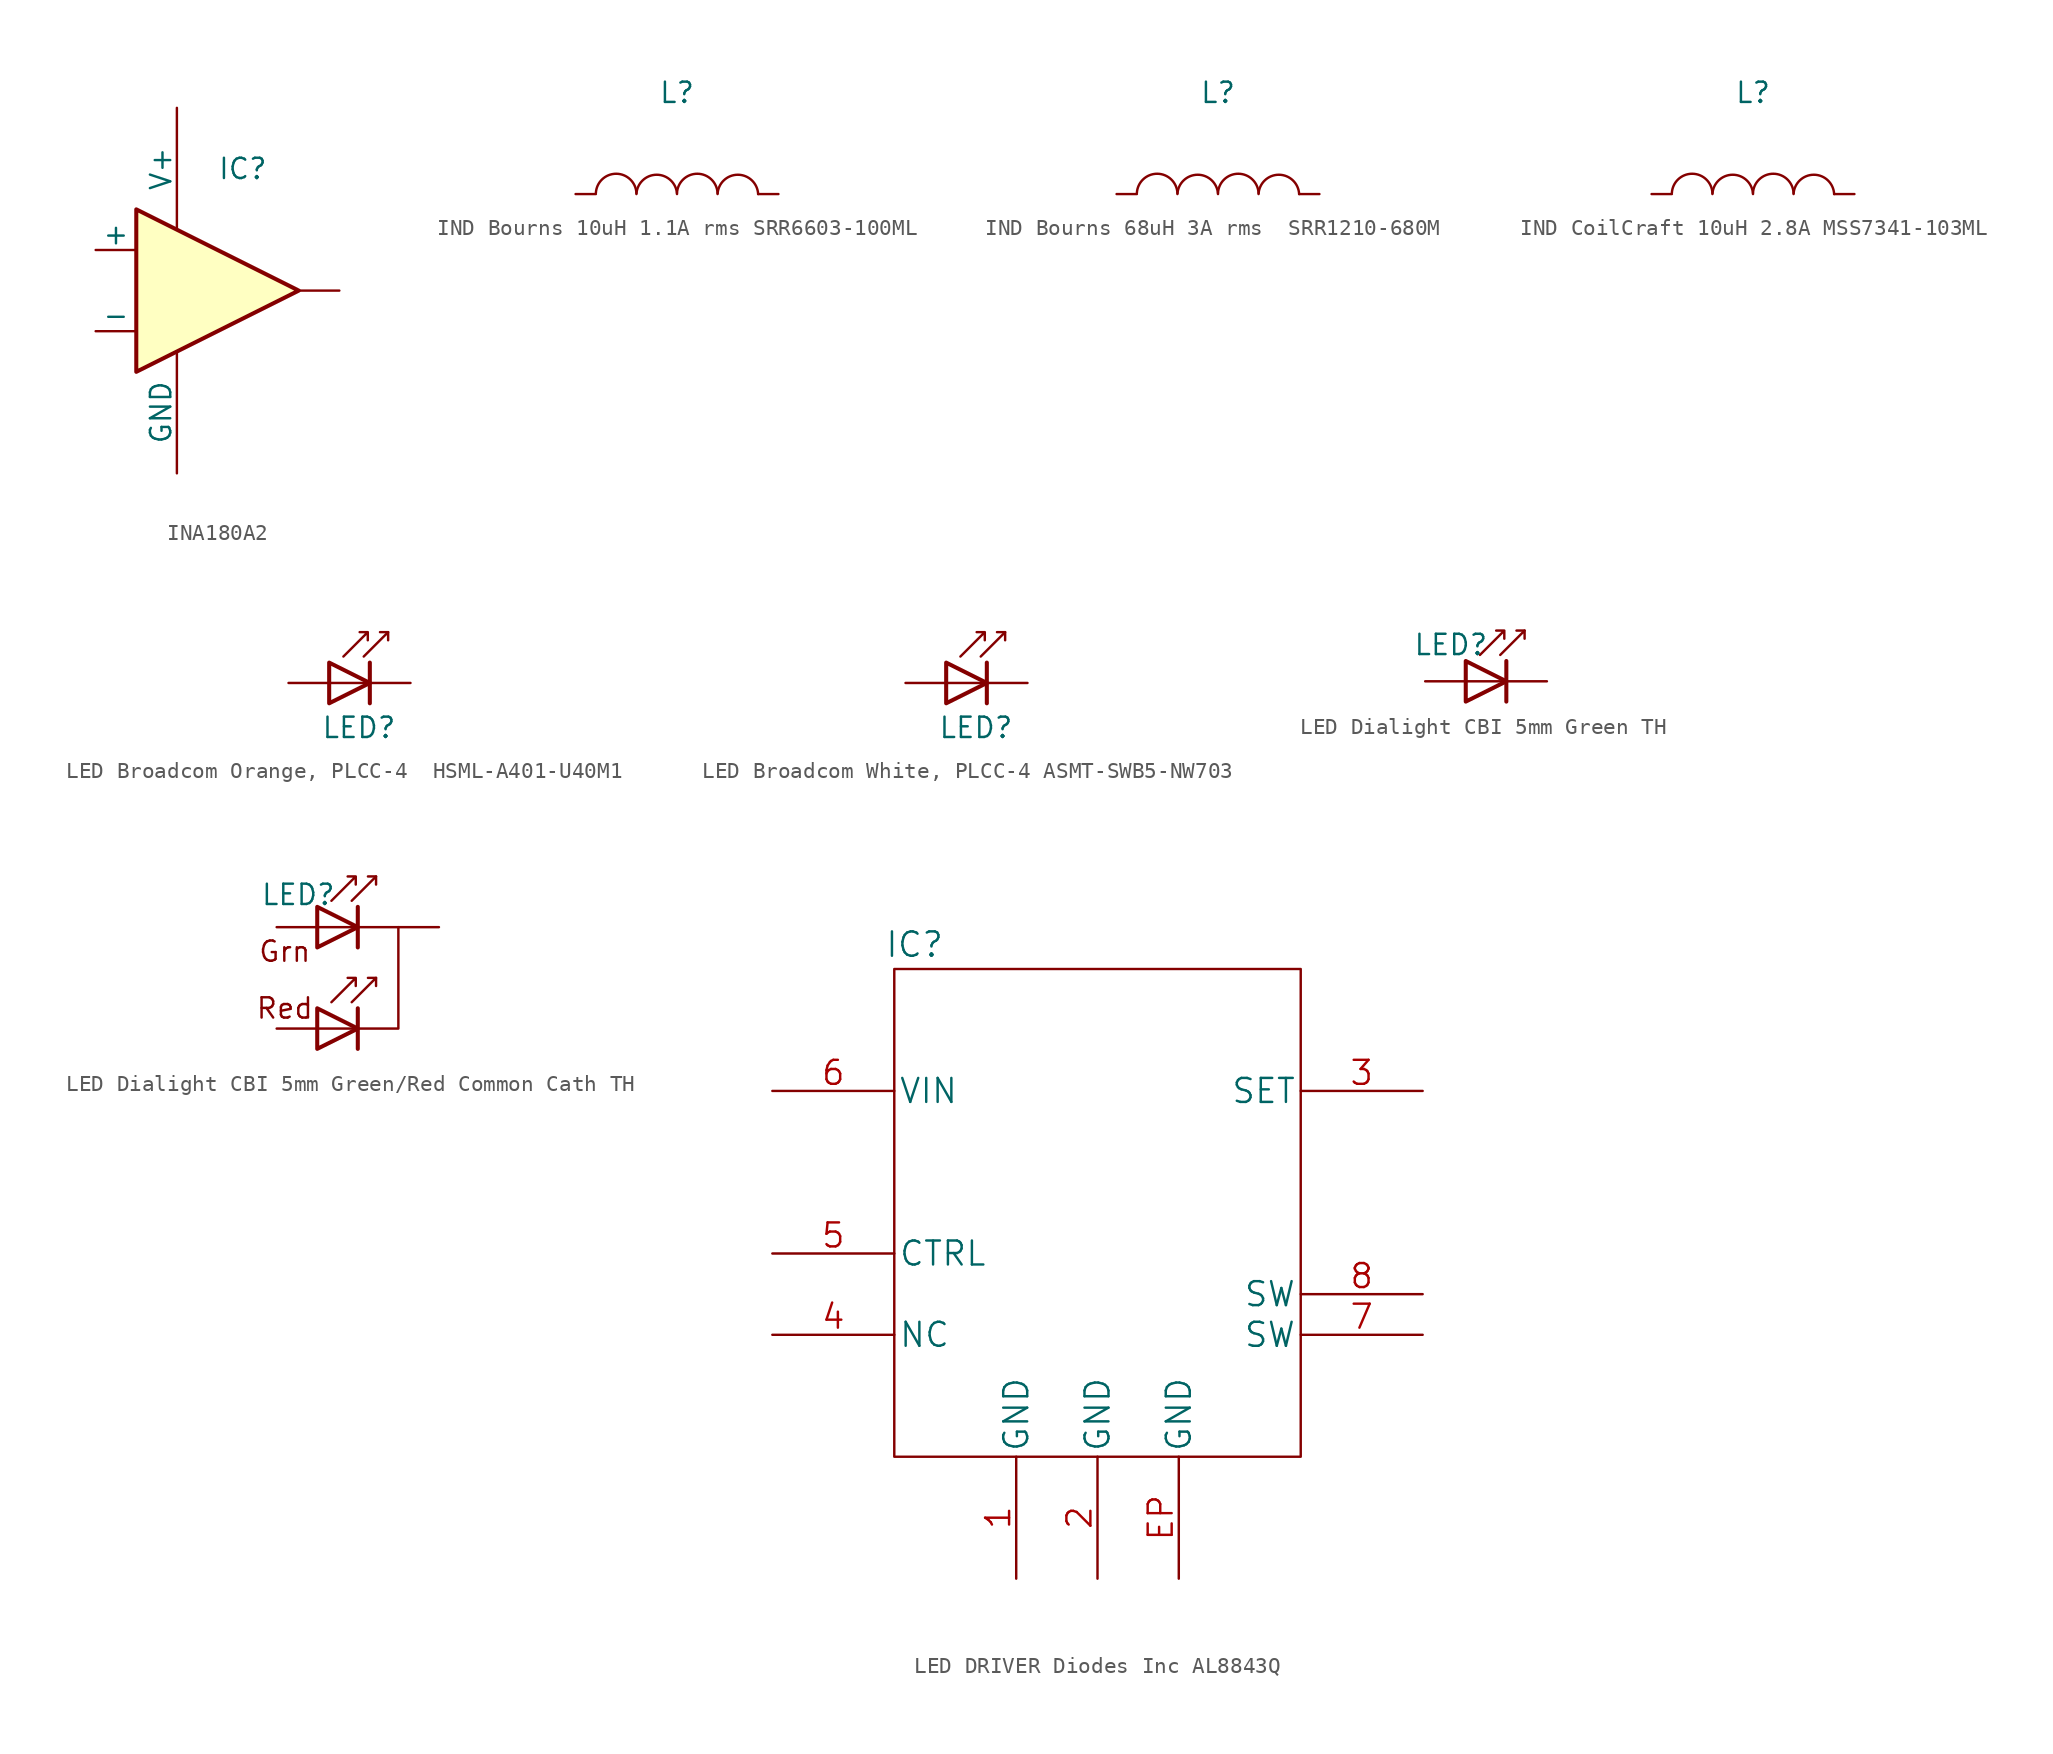
<source format=kicad_sym>
(kicad_symbol_lib
  (version 20241209)
  (generator "kicad_symbol_editor")
  (generator_version "9.0")
  (symbol "INA180A2"
    (pin_numbers
      (hide yes))
    (pin_names
      (offset 0))
    (property "Reference" "IC"
      (at 2.54 7.62 0)
      (effects (font (size 1.27 1.27)) (justify left)))
    (symbol "INA180A2_0_1"
      (polyline (pts (xy 7.62 0) (xy -2.54 5.08) (xy -2.54 -5.08) (xy 7.62 0)) (stroke (width 0.254) (type default)) (fill (type background))))
    (symbol "INA180A2_1_1"
      (pin input line (at -5.08 2.54 0) (length 2.54) (name "+" (effects (font (size 1.27 1.27)))) (number "3" (effects (font (size 1.27 1.27)))))
      (pin input line (at -5.08 -2.54 0) (length 2.54) (name "-" (effects (font (size 1.27 1.27)))) (number "4" (effects (font (size 1.27 1.27)))))
      (pin power_in line (at 0 11.43 270) (length 7.62) (name "V+" (effects (font (size 1.27 1.27)))) (number "5" (effects (font (size 1.27 1.27)))))
      (pin power_in line (at 0 -11.43 90) (length 7.62) (name "GND" (effects (font (size 1.27 1.27)))) (number "2" (effects (font (size 1.27 1.27)))))
      (pin output line (at 10.16 0 180) (length 2.54) (name "~" (effects (font (size 1.27 1.27)))) (number "1" (effects (font (size 1.27 1.27)))))))
  (symbol "IND Bourns 10uH 1.1A rms SRR6603-100ML"
    (pin_numbers
      (hide yes))
    (pin_names
      (offset 1.016)
      (hide yes))
    (property "Reference" "L"
      (at 0 6.35 0)
      (effects (font (size 1.27 1.27))))
    (symbol "IND Bourns 10uH 1.1A rms SRR6603-100ML_0_1"
      (arc (start -5.08 0.0617) (mid -3.81 1.2715) (end -2.54 0.0617) (stroke (width 0) (type default)) (fill (type none)))
      (arc (start -2.54 0) (mid -1.27 1.2098) (end 0 0) (stroke (width 0) (type default)) (fill (type none)))
      (arc (start 0 0.0617) (mid 1.27 1.2715) (end 2.54 0.0617) (stroke (width 0) (type default)) (fill (type none)))
      (arc (start 2.54 0) (mid 3.81 1.2098) (end 5.08 0) (stroke (width 0) (type default)) (fill (type none))))
    (symbol "IND Bourns 10uH 1.1A rms SRR6603-100ML_1_1"
      (pin passive line (at -6.35 0 0) (length 1.27) (name "1" (effects (font (size 1.27 1.27)))) (number "1" (effects (font (size 1.27 1.27)))))
      (pin passive line (at 6.35 0 180) (length 1.27) (name "2" (effects (font (size 1.27 1.27)))) (number "2" (effects (font (size 1.27 1.27)))))))
  (symbol "IND Bourns 68uH 3A rms  SRR1210-680M "
    (pin_numbers
      (hide yes))
    (pin_names
      (offset 1.016)
      (hide yes))
    (property "Reference" "L"
      (at 0 6.35 0)
      (effects (font (size 1.27 1.27))))
    (symbol "IND Bourns 68uH 3A rms  SRR1210-680M _0_1"
      (arc (start -5.08 0.0617) (mid -3.81 1.2715) (end -2.54 0.0617) (stroke (width 0) (type default)) (fill (type none)))
      (arc (start -2.54 0) (mid -1.27 1.2098) (end 0 0) (stroke (width 0) (type default)) (fill (type none)))
      (arc (start 0 0.0617) (mid 1.27 1.2715) (end 2.54 0.0617) (stroke (width 0) (type default)) (fill (type none)))
      (arc (start 2.54 0) (mid 3.81 1.2098) (end 5.08 0) (stroke (width 0) (type default)) (fill (type none))))
    (symbol "IND Bourns 68uH 3A rms  SRR1210-680M _1_1"
      (pin passive line (at -6.35 0 0) (length 1.27) (name "1" (effects (font (size 1.27 1.27)))) (number "1" (effects (font (size 1.27 1.27)))))
      (pin passive line (at 6.35 0 180) (length 1.27) (name "2" (effects (font (size 1.27 1.27)))) (number "2" (effects (font (size 1.27 1.27)))))))
  (symbol "IND CoilCraft 10uH 2.8A MSS7341-103ML"
    (pin_numbers
      (hide yes))
    (pin_names
      (offset 1.016)
      (hide yes))
    (property "Reference" "L"
      (at 0 6.35 0)
      (effects (font (size 1.27 1.27))))
    (symbol "IND CoilCraft 10uH 2.8A MSS7341-103ML_0_1"
      (arc (start -5.08 0.0617) (mid -3.81 1.2715) (end -2.54 0.0617) (stroke (width 0) (type default)) (fill (type none)))
      (arc (start -2.54 0) (mid -1.27 1.2098) (end 0 0) (stroke (width 0) (type default)) (fill (type none)))
      (arc (start 0 0.0617) (mid 1.27 1.2715) (end 2.54 0.0617) (stroke (width 0) (type default)) (fill (type none)))
      (arc (start 2.54 0) (mid 3.81 1.2098) (end 5.08 0) (stroke (width 0) (type default)) (fill (type none))))
    (symbol "IND CoilCraft 10uH 2.8A MSS7341-103ML_1_1"
      (pin passive line (at -6.35 0 0) (length 1.27) (name "1" (effects (font (size 1.27 1.27)))) (number "1" (effects (font (size 1.27 1.27)))))
      (pin passive line (at 6.35 0 180) (length 1.27) (name "2" (effects (font (size 1.27 1.27)))) (number "2" (effects (font (size 1.27 1.27)))))))
  (symbol "LED Broadcom Orange, PLCC-4  HSML-A401-U40M1 "
    (pin_numbers
      (hide yes))
    (pin_names
      (offset 1.016)
      (hide yes))
    (property "Reference" "LED"
      (at -3.048 -1.524 0)
      (effects (font (size 1.27 1.27)) (justify left)))
    (symbol "LED Broadcom Orange, PLCC-4  HSML-A401-U40M1 _0_1"
      (polyline (pts (xy -2.54 1.27) (xy 0 1.27)) (stroke (width 0) (type default)) (fill (type none)))
      (polyline (pts (xy -2.54 0) (xy 0 1.27) (xy -2.54 2.54) (xy -2.54 0)) (stroke (width 0.254) (type default)) (fill (type none)))
      (polyline (pts (xy -1.651 2.921) (xy -0.127 4.445) (xy -0.127 3.937) (xy -0.127 4.445) (xy -0.635 4.445)) (stroke (width 0) (type default)) (fill (type none)))
      (polyline (pts (xy -0.381 2.921) (xy 1.143 4.445) (xy 1.143 3.937)) (stroke (width 0) (type default)) (fill (type none)))
      (polyline (pts (xy 0 0) (xy 0 2.54)) (stroke (width 0.254) (type default)) (fill (type none)))
      (polyline (pts (xy 1.143 4.445) (xy 0.635 4.445)) (stroke (width 0) (type default)) (fill (type none))))
    (symbol "LED Broadcom Orange, PLCC-4  HSML-A401-U40M1 _1_1"
      (pin passive line (at -5.08 1.27 0) (length 2.54) (name "A" (effects (font (size 1.27 1.27)))) (number "1" (effects (font (size 1.27 1.27)))))
      (pin passive line (at 2.54 1.27 180) (length 2.54) (name "K" (effects (font (size 1.27 1.27)))) (number "2" (effects (font (size 1.27 1.27)))))))
  (symbol "LED Broadcom White, PLCC-4 ASMT-SWB5-NW703"
    (pin_numbers
      (hide yes))
    (pin_names
      (offset 1.016)
      (hide yes))
    (property "Reference" "LED"
      (at -3.048 -1.524 0)
      (effects (font (size 1.27 1.27)) (justify left)))
    (symbol "LED Broadcom White, PLCC-4 ASMT-SWB5-NW703_0_1"
      (polyline (pts (xy -2.54 1.27) (xy 0 1.27)) (stroke (width 0) (type default)) (fill (type none)))
      (polyline (pts (xy -2.54 0) (xy 0 1.27) (xy -2.54 2.54) (xy -2.54 0)) (stroke (width 0.254) (type default)) (fill (type none)))
      (polyline (pts (xy -1.651 2.921) (xy -0.127 4.445) (xy -0.127 3.937) (xy -0.127 4.445) (xy -0.635 4.445)) (stroke (width 0) (type default)) (fill (type none)))
      (polyline (pts (xy -0.381 2.921) (xy 1.143 4.445) (xy 1.143 3.937)) (stroke (width 0) (type default)) (fill (type none)))
      (polyline (pts (xy 0 0) (xy 0 2.54)) (stroke (width 0.254) (type default)) (fill (type none)))
      (polyline (pts (xy 1.143 4.445) (xy 0.635 4.445)) (stroke (width 0) (type default)) (fill (type none))))
    (symbol "LED Broadcom White, PLCC-4 ASMT-SWB5-NW703_1_1"
      (pin passive line (at -5.08 1.27 0) (length 2.54) (name "A" (effects (font (size 1.27 1.27)))) (number "1" (effects (font (size 1.27 1.27)))))
      (pin passive line (at 2.54 1.27 180) (length 2.54) (name "K" (effects (font (size 1.27 1.27)))) (number "2" (effects (font (size 1.27 1.27)))))))
  (symbol "LED Dialight CBI 5mm Green TH"
    (pin_numbers
      (hide yes))
    (pin_names
      (offset 1.016)
      (hide yes))
    (property "Reference" "LED"
      (at -8.382 2.286 0)
      (effects (font (size 1.27 1.27)) (justify left)))
    (symbol "LED Dialight CBI 5mm Green TH_0_1"
      (polyline (pts (xy -5.08 0) (xy -2.54 0)) (stroke (width 0) (type default)) (fill (type none)))
      (polyline (pts (xy -5.08 -1.27) (xy -2.54 0) (xy -5.08 1.27) (xy -5.08 -1.27)) (stroke (width 0.254) (type default)) (fill (type none)))
      (polyline (pts (xy -4.191 1.651) (xy -2.667 3.175) (xy -2.667 2.667) (xy -2.667 3.175) (xy -3.175 3.175)) (stroke (width 0) (type default)) (fill (type none)))
      (polyline (pts (xy -2.921 1.651) (xy -1.397 3.175) (xy -1.397 2.667)) (stroke (width 0) (type default)) (fill (type none)))
      (polyline (pts (xy -2.54 -1.27) (xy -2.54 1.27)) (stroke (width 0.254) (type default)) (fill (type none)))
      (polyline (pts (xy -1.397 3.175) (xy -1.905 3.175)) (stroke (width 0) (type default)) (fill (type none))))
    (symbol "LED Dialight CBI 5mm Green TH_1_1"
      (pin passive line (at -7.62 0 0) (length 2.54) (name "A" (effects (font (size 1.27 1.27)))) (number "2" (effects (font (size 1.27 1.27)))))
      (pin passive line (at 0 0 180) (length 2.54) (name "K" (effects (font (size 1.27 1.27)))) (number "1" (effects (font (size 1.27 1.27)))))))
  (symbol "LED Dialight CBI 5mm Green/Red Common Cath TH"
    (pin_numbers
      (hide yes))
    (pin_names
      (offset 1.016)
      (hide yes))
    (property "Reference" "LED"
      (at -8.636 2.032 0)
      (effects (font (size 1.27 1.27)) (justify left)))
    (symbol "LED Dialight CBI 5mm Green/Red Common Cath TH_0_1"
      (polyline (pts (xy -5.08 0) (xy -2.54 0)) (stroke (width 0) (type default)) (fill (type none)))
      (polyline (pts (xy -5.08 -1.27) (xy -2.54 0) (xy -5.08 1.27) (xy -5.08 -1.27)) (stroke (width 0.254) (type default)) (fill (type none)))
      (polyline (pts (xy -5.08 -6.35) (xy -2.54 -6.35)) (stroke (width 0) (type default)) (fill (type none)))
      (polyline (pts (xy -5.08 -7.62) (xy -2.54 -6.35) (xy -5.08 -5.08) (xy -5.08 -7.62)) (stroke (width 0.254) (type default)) (fill (type none)))
      (polyline (pts (xy -4.191 1.651) (xy -2.667 3.175) (xy -2.667 2.667) (xy -2.667 3.175) (xy -3.175 3.175)) (stroke (width 0) (type default)) (fill (type none)))
      (polyline (pts (xy -4.191 -4.699) (xy -2.667 -3.175) (xy -2.667 -3.683) (xy -2.667 -3.175) (xy -3.175 -3.175)) (stroke (width 0) (type default)) (fill (type none)))
      (polyline (pts (xy -2.921 1.651) (xy -1.397 3.175) (xy -1.397 2.667)) (stroke (width 0) (type default)) (fill (type none)))
      (polyline (pts (xy -2.921 -4.699) (xy -1.397 -3.175) (xy -1.397 -3.683)) (stroke (width 0) (type default)) (fill (type none)))
      (polyline (pts (xy -2.54 0) (xy 0 0)) (stroke (width 0) (type default)) (fill (type none)))
      (polyline (pts (xy -2.54 -1.27) (xy -2.54 1.27)) (stroke (width 0.254) (type default)) (fill (type none)))
      (polyline (pts (xy -2.54 -6.35) (xy 0 -6.35) (xy 0 0)) (stroke (width 0) (type default)) (fill (type none)))
      (polyline (pts (xy -2.54 -7.62) (xy -2.54 -5.08)) (stroke (width 0.254) (type default)) (fill (type none)))
      (polyline (pts (xy -1.397 3.175) (xy -1.905 3.175)) (stroke (width 0) (type default)) (fill (type none)))
      (polyline (pts (xy -1.397 -3.175) (xy -1.905 -3.175)) (stroke (width 0) (type default)) (fill (type none))))
    (symbol "LED Dialight CBI 5mm Green/Red Common Cath TH_1_1"
      (text "Grn" (at -7.112 -1.524 0) (effects (font (size 1.27 1.27))))
      (text "Red" (at -7.112 -5.08 0) (effects (font (size 1.27 1.27))))
      (pin passive line (at -7.62 0 0) (length 2.54) (name "Green" (effects (font (size 1.27 1.27)))) (number "2" (effects (font (size 1.27 1.27)))))
      (pin passive line (at -7.62 -6.35 0) (length 2.54) (name "Red" (effects (font (size 1.27 1.27)))) (number "3" (effects (font (size 1.27 1.27)))))
      (pin passive line (at 2.54 0 180) (length 2.54) (name "K" (effects (font (size 1.27 1.27)))) (number "1" (effects (font (size 1.27 1.27)))))))
  (symbol "LED DRIVER Diodes Inc AL8843Q"
    (pin_names
      (offset 0.254))
    (property "Reference" "IC"
      (at -11.43 16.764 0)
      (effects (font (size 1.524 1.524))))
    (symbol "LED DRIVER Diodes Inc AL8843Q_1_1"
      (rectangle (start -12.7 15.24) (end 12.7 -15.24) (stroke (width 0) (type default)) (fill (type none)))
      (pin power_in line (at -20.32 7.62 0) (length 7.62) (name "VIN" (effects (font (size 1.499 1.499)))) (number "6" (effects (font (size 1.499 1.499)))))
      (pin input line (at -20.32 -2.54 0) (length 7.62) (name "CTRL" (effects (font (size 1.499 1.499)))) (number "5" (effects (font (size 1.499 1.499)))))
      (pin passive line (at -20.32 -7.62 0) (length 7.62) (name "NC" (effects (font (size 1.499 1.499)))) (number "4" (effects (font (size 1.499 1.499)))))
      (pin power_in line (at -5.08 -22.86 90) (length 7.62) (name "GND" (effects (font (size 1.499 1.499)))) (number "1" (effects (font (size 1.499 1.499)))))
      (pin power_in line (at 0 -22.86 90) (length 7.62) (name "GND" (effects (font (size 1.499 1.499)))) (number "2" (effects (font (size 1.499 1.499)))))
      (pin power_in line (at 5.08 -22.86 90) (length 7.62) (name "GND" (effects (font (size 1.499 1.499)))) (number "EP" (effects (font (size 1.499 1.499)))))
      (pin input line (at 20.32 7.62 180) (length 7.62) (name "SET" (effects (font (size 1.499 1.499)))) (number "3" (effects (font (size 1.499 1.499)))))
      (pin passive line (at 20.32 -5.08 180) (length 7.62) (name "SW" (effects (font (size 1.499 1.499)))) (number "8" (effects (font (size 1.499 1.499)))))
      (pin passive line (at 20.32 -7.62 180) (length 7.62) (name "SW" (effects (font (size 1.499 1.499)))) (number "7" (effects (font (size 1.499 1.499))))))))
</source>
